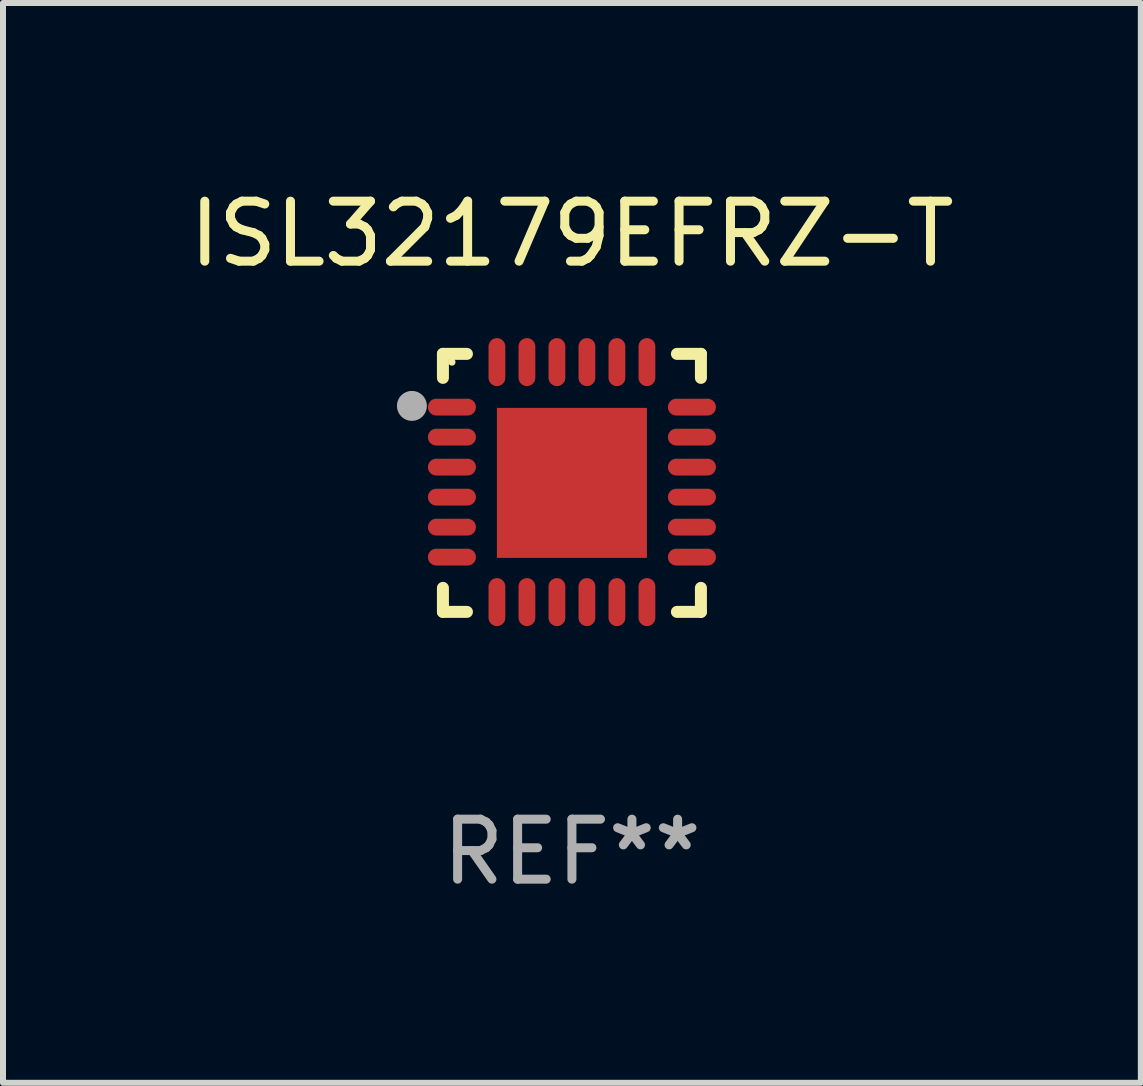
<source format=kicad_pcb>
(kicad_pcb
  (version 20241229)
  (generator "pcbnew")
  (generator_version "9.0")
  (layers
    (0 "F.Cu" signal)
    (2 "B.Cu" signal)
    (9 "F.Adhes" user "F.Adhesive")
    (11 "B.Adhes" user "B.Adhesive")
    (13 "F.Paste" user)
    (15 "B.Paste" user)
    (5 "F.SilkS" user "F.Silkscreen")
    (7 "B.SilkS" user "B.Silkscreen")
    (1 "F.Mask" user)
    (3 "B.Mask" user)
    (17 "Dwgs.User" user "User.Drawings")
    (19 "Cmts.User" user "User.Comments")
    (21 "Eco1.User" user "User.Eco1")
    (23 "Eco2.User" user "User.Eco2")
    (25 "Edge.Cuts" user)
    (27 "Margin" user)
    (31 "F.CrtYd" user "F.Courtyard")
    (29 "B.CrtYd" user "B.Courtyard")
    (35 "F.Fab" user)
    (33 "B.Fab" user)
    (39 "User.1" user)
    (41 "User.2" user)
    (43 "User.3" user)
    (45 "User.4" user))
  (footprint "ISL32179EFRZ-T"
    (layer "F.Cu")
    (at 6.482 4.998)
    (property "Reference" "ISL32179EFRZ-T" (at 0 -4.15 0) (layer "F.SilkS") (effects (font (size 1 1) (thickness 0.15))))
    (attr through_hole)
    (fp_line (start -2.15 -2.15) (end -1.75 -2.15) (stroke (width 0.2) (type solid)) (layer "F.SilkS"))
    (fp_line (start -2.15 -1.75) (end -2.15 -2.15) (stroke (width 0.2) (type solid)) (layer "F.SilkS"))
    (fp_line (start -2.15 2.15) (end -2.15 1.75) (stroke (width 0.2) (type solid)) (layer "F.SilkS"))
    (fp_line (start -1.75 2.15) (end -2.15 2.15) (stroke (width 0.2) (type solid)) (layer "F.SilkS"))
    (fp_line (start 1.75 -2.15) (end 2.15 -2.15) (stroke (width 0.2) (type solid)) (layer "F.SilkS"))
    (fp_line (start 1.75 2.15) (end 2.15 2.15) (stroke (width 0.2) (type solid)) (layer "F.SilkS"))
    (fp_line (start 2.15 -2.15) (end 2.15 -1.75) (stroke (width 0.2) (type solid)) (layer "F.SilkS"))
    (fp_line (start 2.15 2.15) (end 2.15 1.75) (stroke (width 0.2) (type solid)) (layer "F.SilkS"))
    (fp_circle (center -2 -2.013) (end -1.97 -2.013) (stroke (width 0.06) (type solid)) (fill no) (layer "F.SilkS"))
    (fp_circle (center -2.667 -1.283) (end -2.542 -1.283) (stroke (width 0.25) (type solid)) (fill no) (layer "F.Fab"))
    (fp_text user "REF**" (at 0 6.15 0) (layer "F.Fab") (effects (font (size 1 1) (thickness 0.15))))
    (pad "1" smd oval (at -2 -1.263) (size 0.8 0.28) (layers "F.Cu" "F.Mask" "F.Paste"))
    (pad "2" smd oval (at -2 -0.763) (size 0.8 0.28) (layers "F.Cu" "F.Mask" "F.Paste"))
    (pad "3" smd oval (at -2 -0.263) (size 0.8 0.28) (layers "F.Cu" "F.Mask" "F.Paste"))
    (pad "4" smd oval (at -2 0.237) (size 0.8 0.28) (layers "F.Cu" "F.Mask" "F.Paste"))
    (pad "5" smd oval (at -2 0.737) (size 0.8 0.28) (layers "F.Cu" "F.Mask" "F.Paste"))
    (pad "6" smd oval (at -2 1.237) (size 0.8 0.28) (layers "F.Cu" "F.Mask" "F.Paste"))
    (pad "7" smd oval (at -1.25 1.987) (size 0.28 0.8) (layers "F.Cu" "F.Mask" "F.Paste"))
    (pad "8" smd oval (at -0.75 1.987) (size 0.28 0.8) (layers "F.Cu" "F.Mask" "F.Paste"))
    (pad "9" smd oval (at -0.25 1.987) (size 0.28 0.8) (layers "F.Cu" "F.Mask" "F.Paste"))
    (pad "10" smd oval (at 0.25 1.987) (size 0.28 0.8) (layers "F.Cu" "F.Mask" "F.Paste"))
    (pad "11" smd oval (at 0.75 1.987) (size 0.28 0.8) (layers "F.Cu" "F.Mask" "F.Paste"))
    (pad "12" smd oval (at 1.25 1.987) (size 0.28 0.8) (layers "F.Cu" "F.Mask" "F.Paste"))
    (pad "13" smd oval (at 2 1.237) (size 0.8 0.28) (layers "F.Cu" "F.Mask" "F.Paste"))
    (pad "14" smd oval (at 2 0.737) (size 0.8 0.28) (layers "F.Cu" "F.Mask" "F.Paste"))
    (pad "15" smd oval (at 2 0.237) (size 0.8 0.28) (layers "F.Cu" "F.Mask" "F.Paste"))
    (pad "16" smd oval (at 2 -0.263) (size 0.8 0.28) (layers "F.Cu" "F.Mask" "F.Paste"))
    (pad "17" smd oval (at 2 -0.763) (size 0.8 0.28) (layers "F.Cu" "F.Mask" "F.Paste"))
    (pad "18" smd oval (at 2 -1.263) (size 0.8 0.28) (layers "F.Cu" "F.Mask" "F.Paste"))
    (pad "19" smd oval (at 1.25 -2.013) (size 0.28 0.8) (layers "F.Cu" "F.Mask" "F.Paste"))
    (pad "20" smd oval (at 0.75 -2.013) (size 0.28 0.8) (layers "F.Cu" "F.Mask" "F.Paste"))
    (pad "21" smd oval (at 0.25 -2.013) (size 0.28 0.8) (layers "F.Cu" "F.Mask" "F.Paste"))
    (pad "22" smd oval (at -0.25 -2.013) (size 0.28 0.8) (layers "F.Cu" "F.Mask" "F.Paste"))
    (pad "23" smd oval (at -0.75 -2.013) (size 0.28 0.8) (layers "F.Cu" "F.Mask" "F.Paste"))
    (pad "24" smd oval (at -1.25 -2.013) (size 0.28 0.8) (layers "F.Cu" "F.Mask" "F.Paste"))
    (pad "25" smd rect (at -0.000127 -0.00014) (size 2.5 2.5) (layers "F.Cu" "F.Mask" "F.Paste")))
  (gr_rect
    (start -3 -3)
    (end 15.964 14.997)
    (stroke (width 0.1) (type default))
    (fill no)
    (layer "Edge.Cuts")))
</source>
